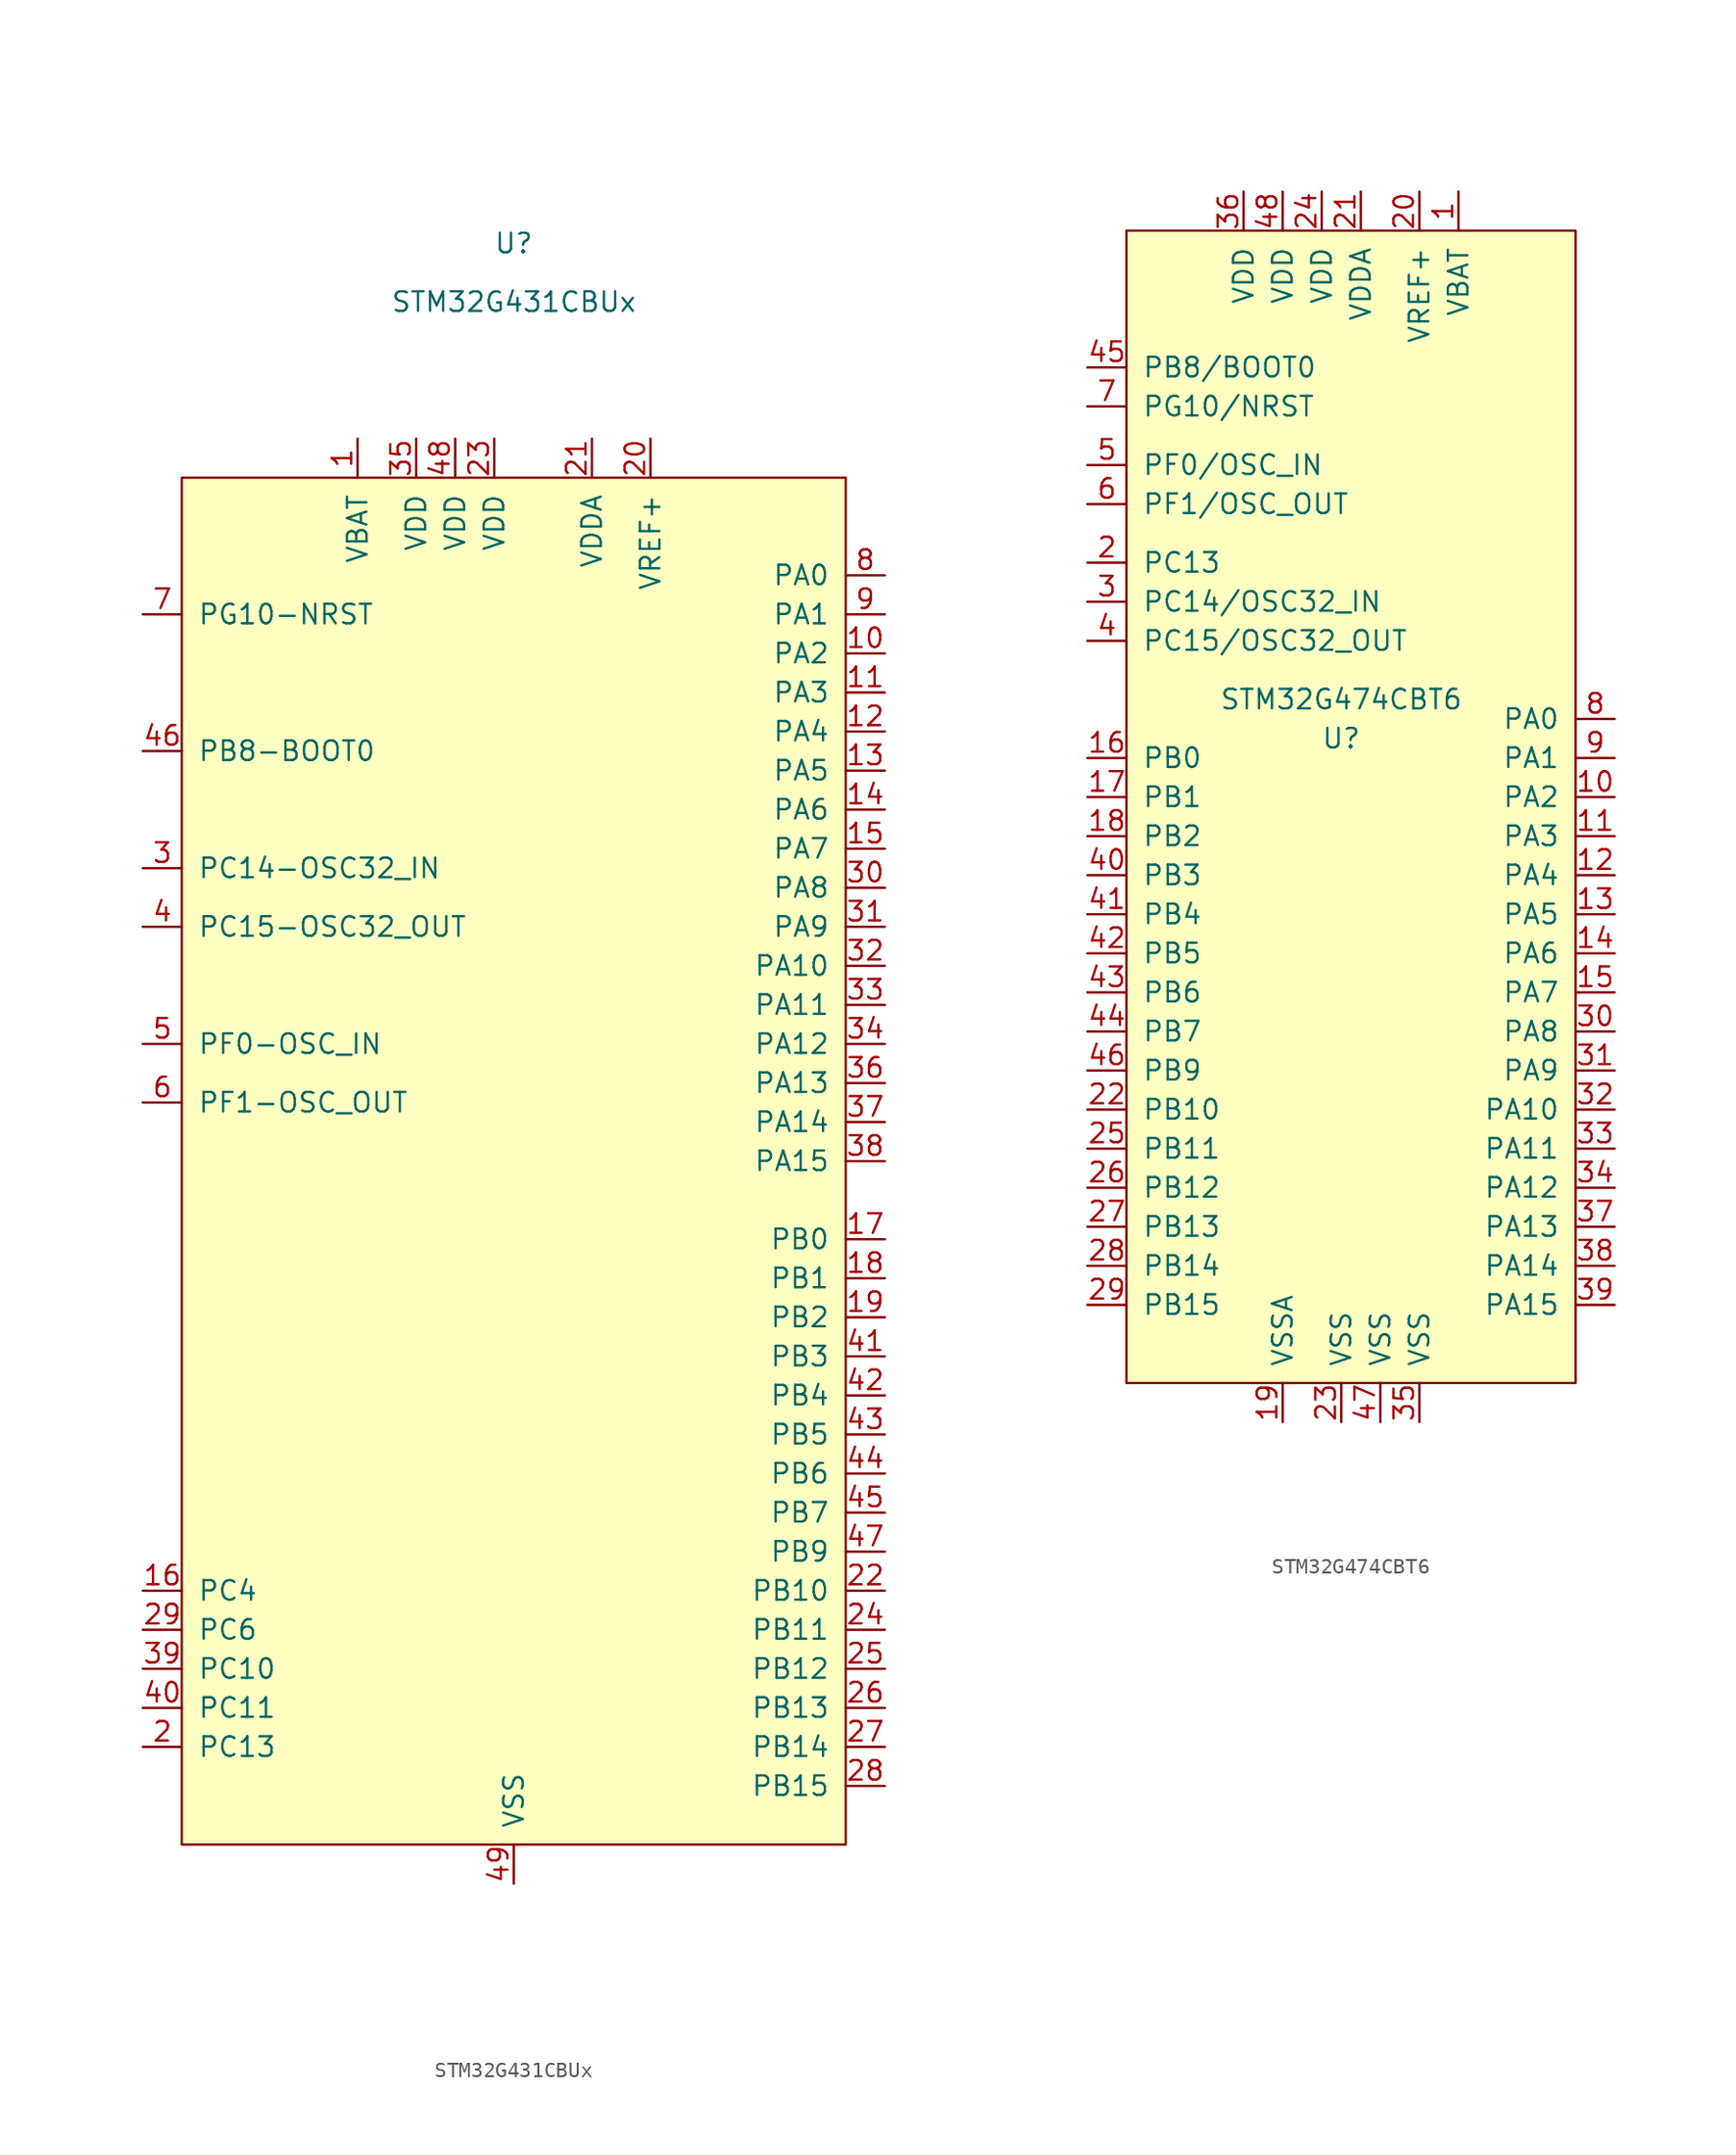
<source format=kicad_sym>
(kicad_symbol_lib
  (version 20231120)
  (generator "kicad_symbol_editor")
  (generator_version "8.0")
  (symbol "STM32G431CBUx"
    (pin_names
      (offset 1.016))
    (property "Reference" "U"
      (at 0 62.23 0)
      (effects (font (size 1.27 1.27))))
    (property "Value" "STM32G431CBUx"
      (at 0 58.42 0)
      (effects (font (size 1.27 1.27))))
    (symbol "STM32G431CBUx_0_1"
      (rectangle (start 21.59 -41.91) (end -21.59 46.99) (stroke (width 0) (type solid)) (fill (type background))))
    (symbol "STM32G431CBUx_1_1"
      (pin input line (at -10.16 49.53 270) (length 2.54) (name "VBAT" (effects (font (size 1.27 1.27)))) (number "1" (effects (font (size 1.27 1.27)))))
      (pin input line (at 24.13 35.56 180) (length 2.54) (name "PA2" (effects (font (size 1.27 1.27)))) (number "10" (effects (font (size 1.27 1.27)))))
      (pin input line (at 24.13 33.02 180) (length 2.54) (name "PA3" (effects (font (size 1.27 1.27)))) (number "11" (effects (font (size 1.27 1.27)))))
      (pin input line (at 24.13 30.48 180) (length 2.54) (name "PA4" (effects (font (size 1.27 1.27)))) (number "12" (effects (font (size 1.27 1.27)))))
      (pin input line (at 24.13 27.94 180) (length 2.54) (name "PA5" (effects (font (size 1.27 1.27)))) (number "13" (effects (font (size 1.27 1.27)))))
      (pin input line (at 24.13 25.4 180) (length 2.54) (name "PA6" (effects (font (size 1.27 1.27)))) (number "14" (effects (font (size 1.27 1.27)))))
      (pin input line (at 24.13 22.86 180) (length 2.54) (name "PA7" (effects (font (size 1.27 1.27)))) (number "15" (effects (font (size 1.27 1.27)))))
      (pin input line (at -24.13 -25.4 0) (length 2.54) (name "PC4" (effects (font (size 1.27 1.27)))) (number "16" (effects (font (size 1.27 1.27)))))
      (pin input line (at 24.13 -2.54 180) (length 2.54) (name "PB0" (effects (font (size 1.27 1.27)))) (number "17" (effects (font (size 1.27 1.27)))))
      (pin input line (at 24.13 -5.08 180) (length 2.54) (name "PB1" (effects (font (size 1.27 1.27)))) (number "18" (effects (font (size 1.27 1.27)))))
      (pin input line (at 24.13 -7.62 180) (length 2.54) (name "PB2" (effects (font (size 1.27 1.27)))) (number "19" (effects (font (size 1.27 1.27)))))
      (pin input line (at -24.13 -35.56 0) (length 2.54) (name "PC13" (effects (font (size 1.27 1.27)))) (number "2" (effects (font (size 1.27 1.27)))))
      (pin input line (at 8.89 49.53 270) (length 2.54) (name "VREF+" (effects (font (size 1.27 1.27)))) (number "20" (effects (font (size 1.27 1.27)))))
      (pin input line (at 5.08 49.53 270) (length 2.54) (name "VDDA" (effects (font (size 1.27 1.27)))) (number "21" (effects (font (size 1.27 1.27)))))
      (pin input line (at 24.13 -25.4 180) (length 2.54) (name "PB10" (effects (font (size 1.27 1.27)))) (number "22" (effects (font (size 1.27 1.27)))))
      (pin input line (at -1.27 49.53 270) (length 2.54) (name "VDD" (effects (font (size 1.27 1.27)))) (number "23" (effects (font (size 1.27 1.27)))))
      (pin input line (at 24.13 -27.94 180) (length 2.54) (name "PB11" (effects (font (size 1.27 1.27)))) (number "24" (effects (font (size 1.27 1.27)))))
      (pin input line (at 24.13 -30.48 180) (length 2.54) (name "PB12" (effects (font (size 1.27 1.27)))) (number "25" (effects (font (size 1.27 1.27)))))
      (pin input line (at 24.13 -33.02 180) (length 2.54) (name "PB13" (effects (font (size 1.27 1.27)))) (number "26" (effects (font (size 1.27 1.27)))))
      (pin input line (at 24.13 -35.56 180) (length 2.54) (name "PB14" (effects (font (size 1.27 1.27)))) (number "27" (effects (font (size 1.27 1.27)))))
      (pin input line (at 24.13 -38.1 180) (length 2.54) (name "PB15" (effects (font (size 1.27 1.27)))) (number "28" (effects (font (size 1.27 1.27)))))
      (pin input line (at -24.13 -27.94 0) (length 2.54) (name "PC6" (effects (font (size 1.27 1.27)))) (number "29" (effects (font (size 1.27 1.27)))))
      (pin input line (at -24.13 21.59 0) (length 2.54) (name "PC14-OSC32_IN" (effects (font (size 1.27 1.27)))) (number "3" (effects (font (size 1.27 1.27)))))
      (pin input line (at 24.13 20.32 180) (length 2.54) (name "PA8" (effects (font (size 1.27 1.27)))) (number "30" (effects (font (size 1.27 1.27)))))
      (pin input line (at 24.13 17.78 180) (length 2.54) (name "PA9" (effects (font (size 1.27 1.27)))) (number "31" (effects (font (size 1.27 1.27)))))
      (pin input line (at 24.13 15.24 180) (length 2.54) (name "PA10" (effects (font (size 1.27 1.27)))) (number "32" (effects (font (size 1.27 1.27)))))
      (pin input line (at 24.13 12.7 180) (length 2.54) (name "PA11" (effects (font (size 1.27 1.27)))) (number "33" (effects (font (size 1.27 1.27)))))
      (pin input line (at 24.13 10.16 180) (length 2.54) (name "PA12" (effects (font (size 1.27 1.27)))) (number "34" (effects (font (size 1.27 1.27)))))
      (pin input line (at -6.35 49.53 270) (length 2.54) (name "VDD" (effects (font (size 1.27 1.27)))) (number "35" (effects (font (size 1.27 1.27)))))
      (pin input line (at 24.13 7.62 180) (length 2.54) (name "PA13" (effects (font (size 1.27 1.27)))) (number "36" (effects (font (size 1.27 1.27)))))
      (pin input line (at 24.13 5.08 180) (length 2.54) (name "PA14" (effects (font (size 1.27 1.27)))) (number "37" (effects (font (size 1.27 1.27)))))
      (pin input line (at 24.13 2.54 180) (length 2.54) (name "PA15" (effects (font (size 1.27 1.27)))) (number "38" (effects (font (size 1.27 1.27)))))
      (pin input line (at -24.13 -30.48 0) (length 2.54) (name "PC10" (effects (font (size 1.27 1.27)))) (number "39" (effects (font (size 1.27 1.27)))))
      (pin input line (at -24.13 17.78 0) (length 2.54) (name "PC15-OSC32_OUT" (effects (font (size 1.27 1.27)))) (number "4" (effects (font (size 1.27 1.27)))))
      (pin input line (at -24.13 -33.02 0) (length 2.54) (name "PC11" (effects (font (size 1.27 1.27)))) (number "40" (effects (font (size 1.27 1.27)))))
      (pin input line (at 24.13 -10.16 180) (length 2.54) (name "PB3" (effects (font (size 1.27 1.27)))) (number "41" (effects (font (size 1.27 1.27)))))
      (pin input line (at 24.13 -12.7 180) (length 2.54) (name "PB4" (effects (font (size 1.27 1.27)))) (number "42" (effects (font (size 1.27 1.27)))))
      (pin input line (at 24.13 -15.24 180) (length 2.54) (name "PB5" (effects (font (size 1.27 1.27)))) (number "43" (effects (font (size 1.27 1.27)))))
      (pin input line (at 24.13 -17.78 180) (length 2.54) (name "PB6" (effects (font (size 1.27 1.27)))) (number "44" (effects (font (size 1.27 1.27)))))
      (pin input line (at 24.13 -20.32 180) (length 2.54) (name "PB7" (effects (font (size 1.27 1.27)))) (number "45" (effects (font (size 1.27 1.27)))))
      (pin input line (at -24.13 29.21 0) (length 2.54) (name "PB8-BOOT0" (effects (font (size 1.27 1.27)))) (number "46" (effects (font (size 1.27 1.27)))))
      (pin input line (at 24.13 -22.86 180) (length 2.54) (name "PB9" (effects (font (size 1.27 1.27)))) (number "47" (effects (font (size 1.27 1.27)))))
      (pin input line (at -3.81 49.53 270) (length 2.54) (name "VDD" (effects (font (size 1.27 1.27)))) (number "48" (effects (font (size 1.27 1.27)))))
      (pin input line (at 0 -44.45 90) (length 2.54) (name "VSS" (effects (font (size 1.27 1.27)))) (number "49" (effects (font (size 1.27 1.27)))))
      (pin input line (at -24.13 10.16 0) (length 2.54) (name "PF0-OSC_IN" (effects (font (size 1.27 1.27)))) (number "5" (effects (font (size 1.27 1.27)))))
      (pin input line (at -24.13 6.35 0) (length 2.54) (name "PF1-OSC_OUT" (effects (font (size 1.27 1.27)))) (number "6" (effects (font (size 1.27 1.27)))))
      (pin input line (at -24.13 38.1 0) (length 2.54) (name "PG10-NRST" (effects (font (size 1.27 1.27)))) (number "7" (effects (font (size 1.27 1.27)))))
      (pin input line (at 24.13 40.64 180) (length 2.54) (name "PA0" (effects (font (size 1.27 1.27)))) (number "8" (effects (font (size 1.27 1.27)))))
      (pin input line (at 24.13 38.1 180) (length 2.54) (name "PA1" (effects (font (size 1.27 1.27)))) (number "9" (effects (font (size 1.27 1.27)))))))
  (symbol "STM32G474CBT6"
    (pin_names
      (offset 1.016))
    (property "Reference" "U"
      (at 0 7.62 0)
      (effects (font (size 1.27 1.27))))
    (property "Value" "STM32G474CBT6"
      (at 0 10.16 0)
      (effects (font (size 1.27 1.27))))
    (symbol "STM32G474CBT6_0_0"
      (pin unspecified line (at 17.78 3.81 180) (length 2.54) (name "PA2" (effects (font (size 1.27 1.27)))) (number "10" (effects (font (size 1.27 1.27)))))
      (pin unspecified line (at 17.78 1.27 180) (length 2.54) (name "PA3" (effects (font (size 1.27 1.27)))) (number "11" (effects (font (size 1.27 1.27)))))
      (pin unspecified line (at 17.78 -1.27 180) (length 2.54) (name "PA4" (effects (font (size 1.27 1.27)))) (number "12" (effects (font (size 1.27 1.27)))))
      (pin unspecified line (at 17.78 -3.81 180) (length 2.54) (name "PA5" (effects (font (size 1.27 1.27)))) (number "13" (effects (font (size 1.27 1.27)))))
      (pin unspecified line (at 17.78 -6.35 180) (length 2.54) (name "PA6" (effects (font (size 1.27 1.27)))) (number "14" (effects (font (size 1.27 1.27)))))
      (pin unspecified line (at 17.78 -8.89 180) (length 2.54) (name "PA7" (effects (font (size 1.27 1.27)))) (number "15" (effects (font (size 1.27 1.27)))))
      (pin unspecified line (at -16.51 6.35 0) (length 2.54) (name "PB0" (effects (font (size 1.27 1.27)))) (number "16" (effects (font (size 1.27 1.27)))))
      (pin unspecified line (at -16.51 3.81 0) (length 2.54) (name "PB1" (effects (font (size 1.27 1.27)))) (number "17" (effects (font (size 1.27 1.27)))))
      (pin unspecified line (at -16.51 1.27 0) (length 2.54) (name "PB2" (effects (font (size 1.27 1.27)))) (number "18" (effects (font (size 1.27 1.27)))))
      (pin unspecified line (at -3.81 -36.83 90) (length 2.54) (name "VSSA" (effects (font (size 1.27 1.27)))) (number "19" (effects (font (size 1.27 1.27)))))
      (pin unspecified line (at 5.08 43.18 270) (length 2.54) (name "VREF+" (effects (font (size 1.27 1.27)))) (number "20" (effects (font (size 1.27 1.27)))))
      (pin unspecified line (at 1.27 43.18 270) (length 2.54) (name "VDDA" (effects (font (size 1.27 1.27)))) (number "21" (effects (font (size 1.27 1.27)))))
      (pin unspecified line (at -16.51 -16.51 0) (length 2.54) (name "PB10" (effects (font (size 1.27 1.27)))) (number "22" (effects (font (size 1.27 1.27)))))
      (pin unspecified line (at 0 -36.83 90) (length 2.54) (name "VSS" (effects (font (size 1.27 1.27)))) (number "23" (effects (font (size 1.27 1.27)))))
      (pin unspecified line (at -1.27 43.18 270) (length 2.54) (name "VDD" (effects (font (size 1.27 1.27)))) (number "24" (effects (font (size 1.27 1.27)))))
      (pin unspecified line (at -16.51 -19.05 0) (length 2.54) (name "PB11" (effects (font (size 1.27 1.27)))) (number "25" (effects (font (size 1.27 1.27)))))
      (pin unspecified line (at -16.51 -21.59 0) (length 2.54) (name "PB12" (effects (font (size 1.27 1.27)))) (number "26" (effects (font (size 1.27 1.27)))))
      (pin unspecified line (at -16.51 -24.13 0) (length 2.54) (name "PB13" (effects (font (size 1.27 1.27)))) (number "27" (effects (font (size 1.27 1.27)))))
      (pin unspecified line (at -16.51 -26.67 0) (length 2.54) (name "PB14" (effects (font (size 1.27 1.27)))) (number "28" (effects (font (size 1.27 1.27)))))
      (pin unspecified line (at -16.51 -29.21 0) (length 2.54) (name "PB15" (effects (font (size 1.27 1.27)))) (number "29" (effects (font (size 1.27 1.27)))))
      (pin unspecified line (at 17.78 -11.43 180) (length 2.54) (name "PA8" (effects (font (size 1.27 1.27)))) (number "30" (effects (font (size 1.27 1.27)))))
      (pin unspecified line (at 17.78 -13.97 180) (length 2.54) (name "PA9" (effects (font (size 1.27 1.27)))) (number "31" (effects (font (size 1.27 1.27)))))
      (pin unspecified line (at 17.78 -16.51 180) (length 2.54) (name "PA10" (effects (font (size 1.27 1.27)))) (number "32" (effects (font (size 1.27 1.27)))))
      (pin unspecified line (at 17.78 -19.05 180) (length 2.54) (name "PA11" (effects (font (size 1.27 1.27)))) (number "33" (effects (font (size 1.27 1.27)))))
      (pin unspecified line (at 17.78 -21.59 180) (length 2.54) (name "PA12" (effects (font (size 1.27 1.27)))) (number "34" (effects (font (size 1.27 1.27)))))
      (pin unspecified line (at 5.08 -36.83 90) (length 2.54) (name "VSS" (effects (font (size 1.27 1.27)))) (number "35" (effects (font (size 1.27 1.27)))))
      (pin unspecified line (at -6.35 43.18 270) (length 2.54) (name "VDD" (effects (font (size 1.27 1.27)))) (number "36" (effects (font (size 1.27 1.27)))))
      (pin unspecified line (at 17.78 -24.13 180) (length 2.54) (name "PA13" (effects (font (size 1.27 1.27)))) (number "37" (effects (font (size 1.27 1.27)))))
      (pin unspecified line (at 17.78 -26.67 180) (length 2.54) (name "PA14" (effects (font (size 1.27 1.27)))) (number "38" (effects (font (size 1.27 1.27)))))
      (pin unspecified line (at 17.78 -29.21 180) (length 2.54) (name "PA15" (effects (font (size 1.27 1.27)))) (number "39" (effects (font (size 1.27 1.27)))))
      (pin unspecified line (at -16.51 -1.27 0) (length 2.54) (name "PB3" (effects (font (size 1.27 1.27)))) (number "40" (effects (font (size 1.27 1.27)))))
      (pin unspecified line (at -16.51 -3.81 0) (length 2.54) (name "PB4" (effects (font (size 1.27 1.27)))) (number "41" (effects (font (size 1.27 1.27)))))
      (pin unspecified line (at -16.51 -6.35 0) (length 2.54) (name "PB5" (effects (font (size 1.27 1.27)))) (number "42" (effects (font (size 1.27 1.27)))))
      (pin unspecified line (at -16.51 -8.89 0) (length 2.54) (name "PB6" (effects (font (size 1.27 1.27)))) (number "43" (effects (font (size 1.27 1.27)))))
      (pin unspecified line (at -16.51 -11.43 0) (length 2.54) (name "PB7" (effects (font (size 1.27 1.27)))) (number "44" (effects (font (size 1.27 1.27)))))
      (pin unspecified line (at -16.51 31.75 0) (length 2.54) (name "PB8/BOOT0" (effects (font (size 1.27 1.27)))) (number "45" (effects (font (size 1.27 1.27)))))
      (pin unspecified line (at -16.51 -13.97 0) (length 2.54) (name "PB9" (effects (font (size 1.27 1.27)))) (number "46" (effects (font (size 1.27 1.27)))))
      (pin unspecified line (at 2.54 -36.83 90) (length 2.54) (name "VSS" (effects (font (size 1.27 1.27)))) (number "47" (effects (font (size 1.27 1.27)))))
      (pin unspecified line (at -3.81 43.18 270) (length 2.54) (name "VDD" (effects (font (size 1.27 1.27)))) (number "48" (effects (font (size 1.27 1.27)))))
      (pin input line (at -16.51 22.86 0) (length 2.54) (name "PF1/OSC_OUT" (effects (font (size 1.27 1.27)))) (number "6" (effects (font (size 1.27 1.27)))))
      (pin input line (at -16.51 29.21 0) (length 2.54) (name "PG10/NRST" (effects (font (size 1.27 1.27)))) (number "7" (effects (font (size 1.27 1.27)))))
      (pin input line (at 17.78 8.89 180) (length 2.54) (name "PA0" (effects (font (size 1.27 1.27)))) (number "8" (effects (font (size 1.27 1.27)))))
      (pin unspecified line (at 17.78 6.35 180) (length 2.54) (name "PA1" (effects (font (size 1.27 1.27)))) (number "9" (effects (font (size 1.27 1.27))))))
    (symbol "STM32G474CBT6_0_1"
      (rectangle (start -13.97 40.64) (end 15.24 -34.29) (stroke (width 0) (type solid)) (fill (type background))))
    (symbol "STM32G474CBT6_1_1"
      (pin input line (at 7.62 43.18 270) (length 2.54) (name "VBAT" (effects (font (size 1.27 1.27)))) (number "1" (effects (font (size 1.27 1.27)))))
      (pin input line (at -16.51 19.05 0) (length 2.54) (name "PC13" (effects (font (size 1.27 1.27)))) (number "2" (effects (font (size 1.27 1.27)))))
      (pin input line (at -16.51 16.51 0) (length 2.54) (name "PC14/OSC32_IN" (effects (font (size 1.27 1.27)))) (number "3" (effects (font (size 1.27 1.27)))))
      (pin input line (at -16.51 13.97 0) (length 2.54) (name "PC15/OSC32_OUT" (effects (font (size 1.27 1.27)))) (number "4" (effects (font (size 1.27 1.27)))))
      (pin input line (at -16.51 25.4 0) (length 2.54) (name "PF0/OSC_IN" (effects (font (size 1.27 1.27)))) (number "5" (effects (font (size 1.27 1.27))))))))
</source>
